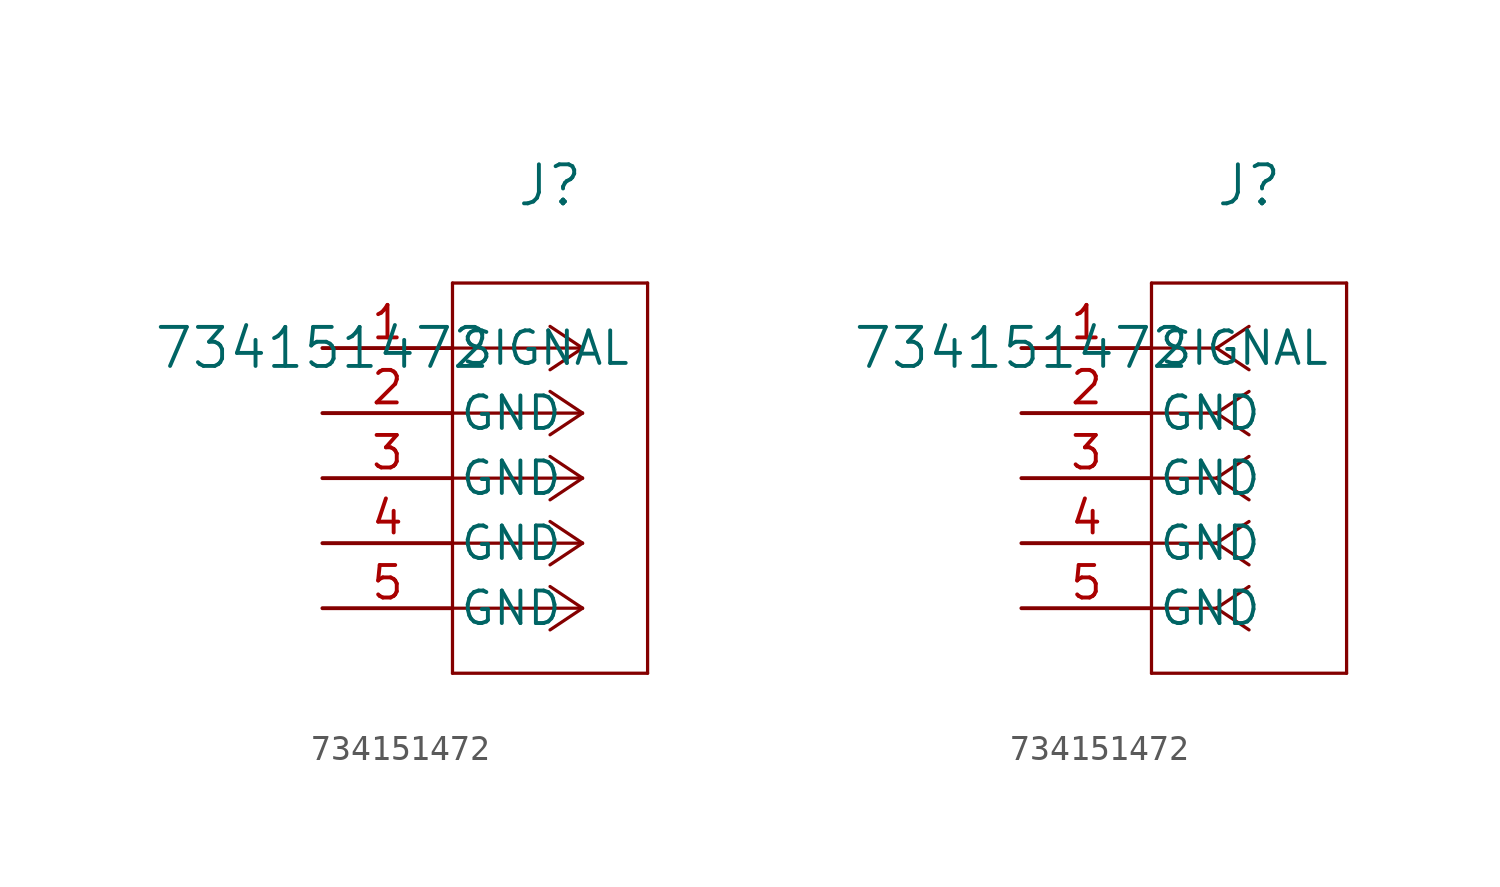
<source format=kicad_sym>
(kicad_symbol_lib
  (version 20211014)
  (generator kicad_symbol_editor)
  (symbol "734151472"
    (pin_names
      (offset 0.254))
    (property "Reference" "J"
      (at 8.89 6.35 0)
      (effects (font (size 1.524 1.524))))
    (property "Value" "734151472"
      (at 0 0 0)
      (effects (font (size 1.524 1.524))))
    (symbol "734151472_1_1"
      (polyline (pts (xy 10.16 0) (xy 5.08 0)) (stroke (width 0.127) (type default) (color 0 0 0 0)) (fill (type none)))
      (polyline (pts (xy 10.16 -2.54) (xy 5.08 -2.54)) (stroke (width 0.127) (type default) (color 0 0 0 0)) (fill (type none)))
      (polyline (pts (xy 10.16 -5.08) (xy 5.08 -5.08)) (stroke (width 0.127) (type default) (color 0 0 0 0)) (fill (type none)))
      (polyline (pts (xy 10.16 -7.62) (xy 5.08 -7.62)) (stroke (width 0.127) (type default) (color 0 0 0 0)) (fill (type none)))
      (polyline (pts (xy 10.16 -10.16) (xy 5.08 -10.16)) (stroke (width 0.127) (type default) (color 0 0 0 0)) (fill (type none)))
      (polyline (pts (xy 10.16 0) (xy 8.89 0.847)) (stroke (width 0.127) (type default) (color 0 0 0 0)) (fill (type none)))
      (polyline (pts (xy 10.16 -2.54) (xy 8.89 -1.693)) (stroke (width 0.127) (type default) (color 0 0 0 0)) (fill (type none)))
      (polyline (pts (xy 10.16 -5.08) (xy 8.89 -4.233)) (stroke (width 0.127) (type default) (color 0 0 0 0)) (fill (type none)))
      (polyline (pts (xy 10.16 -7.62) (xy 8.89 -6.773)) (stroke (width 0.127) (type default) (color 0 0 0 0)) (fill (type none)))
      (polyline (pts (xy 10.16 -10.16) (xy 8.89 -9.313)) (stroke (width 0.127) (type default) (color 0 0 0 0)) (fill (type none)))
      (polyline (pts (xy 10.16 0) (xy 8.89 -0.847)) (stroke (width 0.127) (type default) (color 0 0 0 0)) (fill (type none)))
      (polyline (pts (xy 10.16 -2.54) (xy 8.89 -3.387)) (stroke (width 0.127) (type default) (color 0 0 0 0)) (fill (type none)))
      (polyline (pts (xy 10.16 -5.08) (xy 8.89 -5.927)) (stroke (width 0.127) (type default) (color 0 0 0 0)) (fill (type none)))
      (polyline (pts (xy 10.16 -7.62) (xy 8.89 -8.467)) (stroke (width 0.127) (type default) (color 0 0 0 0)) (fill (type none)))
      (polyline (pts (xy 10.16 -10.16) (xy 8.89 -11.007)) (stroke (width 0.127) (type default) (color 0 0 0 0)) (fill (type none)))
      (polyline (pts (xy 5.08 2.54) (xy 5.08 -12.7)) (stroke (width 0.127) (type default) (color 0 0 0 0)) (fill (type none)))
      (polyline (pts (xy 5.08 -12.7) (xy 12.7 -12.7)) (stroke (width 0.127) (type default) (color 0 0 0 0)) (fill (type none)))
      (polyline (pts (xy 12.7 -12.7) (xy 12.7 2.54)) (stroke (width 0.127) (type default) (color 0 0 0 0)) (fill (type none)))
      (polyline (pts (xy 12.7 2.54) (xy 5.08 2.54)) (stroke (width 0.127) (type default) (color 0 0 0 0)) (fill (type none)))
      (pin unspecified line (at 0 0 0) (length 5.08) (name "SIGNAL" (effects (font (size 1.27 1.27)))) (number "1" (effects (font (size 1.27 1.27)))))
      (pin unspecified line (at 0 -2.54 0) (length 5.08) (name "GND" (effects (font (size 1.27 1.27)))) (number "2" (effects (font (size 1.27 1.27)))))
      (pin unspecified line (at 0 -5.08 0) (length 5.08) (name "GND" (effects (font (size 1.27 1.27)))) (number "3" (effects (font (size 1.27 1.27)))))
      (pin unspecified line (at 0 -7.62 0) (length 5.08) (name "GND" (effects (font (size 1.27 1.27)))) (number "4" (effects (font (size 1.27 1.27)))))
      (pin unspecified line (at 0 -10.16 0) (length 5.08) (name "GND" (effects (font (size 1.27 1.27)))) (number "5" (effects (font (size 1.27 1.27))))))
    (symbol "734151472_1_2"
      (polyline (pts (xy 7.62 0) (xy 5.08 0)) (stroke (width 0.127) (type default) (color 0 0 0 0)) (fill (type none)))
      (polyline (pts (xy 7.62 -2.54) (xy 5.08 -2.54)) (stroke (width 0.127) (type default) (color 0 0 0 0)) (fill (type none)))
      (polyline (pts (xy 7.62 -5.08) (xy 5.08 -5.08)) (stroke (width 0.127) (type default) (color 0 0 0 0)) (fill (type none)))
      (polyline (pts (xy 7.62 -7.62) (xy 5.08 -7.62)) (stroke (width 0.127) (type default) (color 0 0 0 0)) (fill (type none)))
      (polyline (pts (xy 7.62 -10.16) (xy 5.08 -10.16)) (stroke (width 0.127) (type default) (color 0 0 0 0)) (fill (type none)))
      (polyline (pts (xy 7.62 0) (xy 8.89 0.847)) (stroke (width 0.127) (type default) (color 0 0 0 0)) (fill (type none)))
      (polyline (pts (xy 7.62 -2.54) (xy 8.89 -1.693)) (stroke (width 0.127) (type default) (color 0 0 0 0)) (fill (type none)))
      (polyline (pts (xy 7.62 -5.08) (xy 8.89 -4.233)) (stroke (width 0.127) (type default) (color 0 0 0 0)) (fill (type none)))
      (polyline (pts (xy 7.62 -7.62) (xy 8.89 -6.773)) (stroke (width 0.127) (type default) (color 0 0 0 0)) (fill (type none)))
      (polyline (pts (xy 7.62 -10.16) (xy 8.89 -9.313)) (stroke (width 0.127) (type default) (color 0 0 0 0)) (fill (type none)))
      (polyline (pts (xy 7.62 0) (xy 8.89 -0.847)) (stroke (width 0.127) (type default) (color 0 0 0 0)) (fill (type none)))
      (polyline (pts (xy 7.62 -2.54) (xy 8.89 -3.387)) (stroke (width 0.127) (type default) (color 0 0 0 0)) (fill (type none)))
      (polyline (pts (xy 7.62 -5.08) (xy 8.89 -5.927)) (stroke (width 0.127) (type default) (color 0 0 0 0)) (fill (type none)))
      (polyline (pts (xy 7.62 -7.62) (xy 8.89 -8.467)) (stroke (width 0.127) (type default) (color 0 0 0 0)) (fill (type none)))
      (polyline (pts (xy 7.62 -10.16) (xy 8.89 -11.007)) (stroke (width 0.127) (type default) (color 0 0 0 0)) (fill (type none)))
      (polyline (pts (xy 5.08 2.54) (xy 5.08 -12.7)) (stroke (width 0.127) (type default) (color 0 0 0 0)) (fill (type none)))
      (polyline (pts (xy 5.08 -12.7) (xy 12.7 -12.7)) (stroke (width 0.127) (type default) (color 0 0 0 0)) (fill (type none)))
      (polyline (pts (xy 12.7 -12.7) (xy 12.7 2.54)) (stroke (width 0.127) (type default) (color 0 0 0 0)) (fill (type none)))
      (polyline (pts (xy 12.7 2.54) (xy 5.08 2.54)) (stroke (width 0.127) (type default) (color 0 0 0 0)) (fill (type none)))
      (pin unspecified line (at 0 0 0) (length 5.08) (name "SIGNAL" (effects (font (size 1.27 1.27)))) (number "1" (effects (font (size 1.27 1.27)))))
      (pin unspecified line (at 0 -2.54 0) (length 5.08) (name "GND" (effects (font (size 1.27 1.27)))) (number "2" (effects (font (size 1.27 1.27)))))
      (pin unspecified line (at 0 -5.08 0) (length 5.08) (name "GND" (effects (font (size 1.27 1.27)))) (number "3" (effects (font (size 1.27 1.27)))))
      (pin unspecified line (at 0 -7.62 0) (length 5.08) (name "GND" (effects (font (size 1.27 1.27)))) (number "4" (effects (font (size 1.27 1.27)))))
      (pin unspecified line (at 0 -10.16 0) (length 5.08) (name "GND" (effects (font (size 1.27 1.27)))) (number "5" (effects (font (size 1.27 1.27))))))))
</source>
